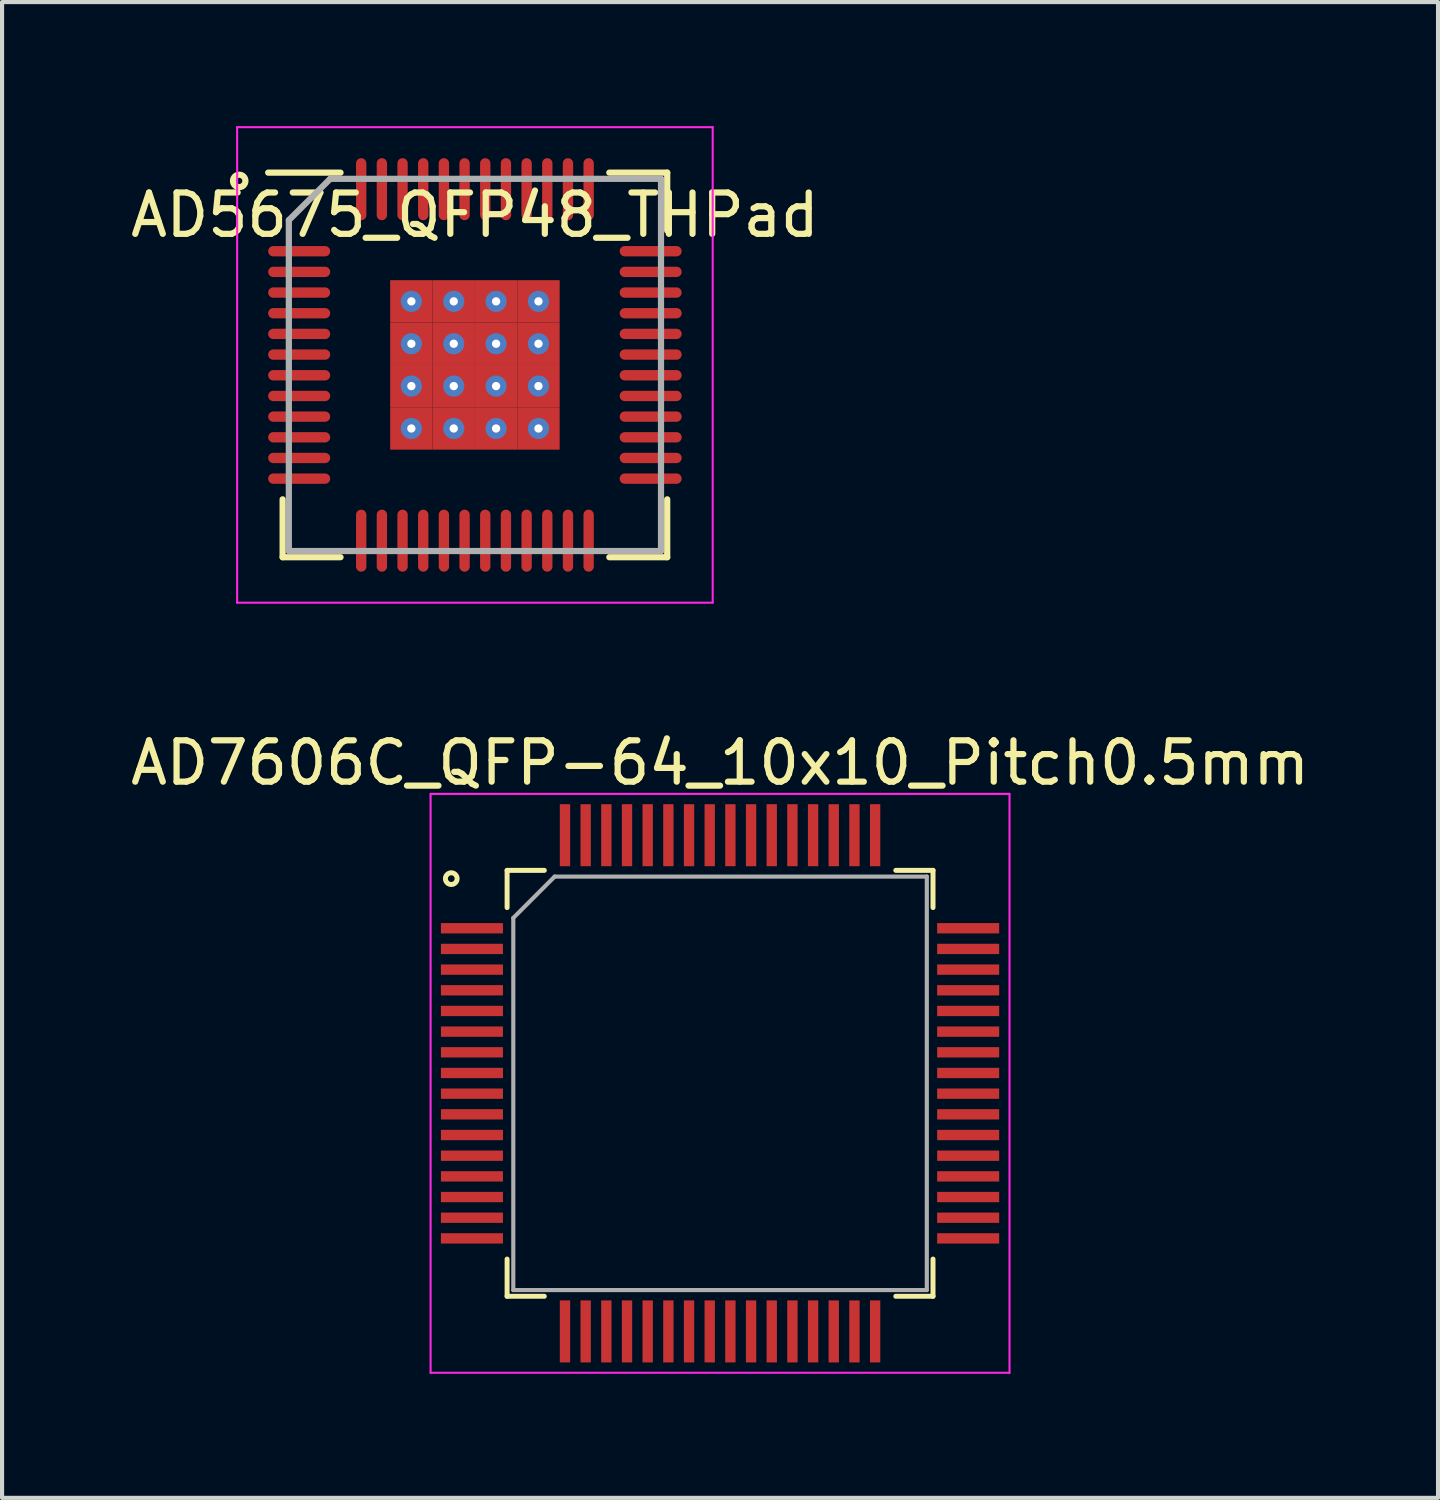
<source format=kicad_pcb>
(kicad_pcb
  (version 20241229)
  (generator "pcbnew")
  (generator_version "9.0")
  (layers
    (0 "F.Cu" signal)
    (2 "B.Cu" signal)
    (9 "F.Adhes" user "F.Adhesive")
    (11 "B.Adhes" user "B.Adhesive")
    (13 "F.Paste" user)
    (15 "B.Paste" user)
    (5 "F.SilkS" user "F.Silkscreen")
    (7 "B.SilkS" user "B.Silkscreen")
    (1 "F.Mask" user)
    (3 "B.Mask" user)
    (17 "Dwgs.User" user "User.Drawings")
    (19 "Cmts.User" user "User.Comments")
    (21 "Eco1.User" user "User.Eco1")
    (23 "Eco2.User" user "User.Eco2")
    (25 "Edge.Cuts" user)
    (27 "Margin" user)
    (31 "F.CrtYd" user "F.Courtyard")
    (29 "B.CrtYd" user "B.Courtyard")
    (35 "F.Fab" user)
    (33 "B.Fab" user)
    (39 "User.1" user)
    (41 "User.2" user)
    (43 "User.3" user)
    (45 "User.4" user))
  (footprint "AD7606C_QFP-64_10x10_Pitch0.5mm"
    (layer "F.Cu")
    (at 14.363 23.148)
    (property "Reference" "AD7606C_QFP-64_10x10_Pitch0.5mm" (at 0 -7.75 0) (layer "F.SilkS") (effects (font (size 1 1) (thickness 0.15))))
    (attr smd)
    (fp_line (start -5.15 -5.15) (end -5.15 -4.25) (stroke (width 0.12) (type default)) (layer "F.SilkS"))
    (fp_line (start -5.15 5.15) (end -5.15 4.25) (stroke (width 0.12) (type default)) (layer "F.SilkS"))
    (fp_line (start -4.25 -5.15) (end -5.15 -5.15) (stroke (width 0.12) (type default)) (layer "F.SilkS"))
    (fp_line (start -4.25 5.15) (end -5.15 5.15) (stroke (width 0.12) (type default)) (layer "F.SilkS"))
    (fp_line (start 4.25 -5.15) (end 5.15 -5.15) (stroke (width 0.12) (type default)) (layer "F.SilkS"))
    (fp_line (start 4.25 5.15) (end 5.15 5.15) (stroke (width 0.12) (type default)) (layer "F.SilkS"))
    (fp_line (start 5.15 -5.15) (end 5.15 -4.25) (stroke (width 0.12) (type default)) (layer "F.SilkS"))
    (fp_line (start 5.15 5.15) (end 5.15 4.25) (stroke (width 0.12) (type default)) (layer "F.SilkS"))
    (fp_circle (center -6.5 -4.95) (end -6.4 -4.85) (stroke (width 0.12) (type default)) (fill no) (layer "F.SilkS"))
    (fp_line (start -7 -7) (end 7 -7) (stroke (width 0.05) (type default)) (layer "F.CrtYd"))
    (fp_line (start -7 7) (end -7 -7) (stroke (width 0.05) (type default)) (layer "F.CrtYd"))
    (fp_line (start 7 -7) (end 7 7) (stroke (width 0.05) (type default)) (layer "F.CrtYd"))
    (fp_line (start 7 7) (end -7 7) (stroke (width 0.05) (type default)) (layer "F.CrtYd"))
    (fp_line (start -5 -4) (end -5 5) (stroke (width 0.1) (type default)) (layer "F.Fab"))
    (fp_line (start -5 5) (end 5 5) (stroke (width 0.1) (type default)) (layer "F.Fab"))
    (fp_line (start -4 -5) (end -5 -4) (stroke (width 0.1) (type default)) (layer "F.Fab"))
    (fp_line (start 5 -5) (end -4 -5) (stroke (width 0.1) (type default)) (layer "F.Fab"))
    (fp_line (start 5 5) (end 5 -5) (stroke (width 0.1) (type default)) (layer "F.Fab"))
    (pad "1" smd rect (at -6 -3.75 90) (size 0.25 1.5) (layers "F.Cu" "F.Mask" "F.Paste"))
    (pad "2" smd rect (at -6 -3.25 90) (size 0.25 1.5) (layers "F.Cu" "F.Mask" "F.Paste"))
    (pad "3" smd rect (at -6 -2.75 90) (size 0.25 1.5) (layers "F.Cu" "F.Mask" "F.Paste"))
    (pad "4" smd rect (at -6 -2.25 90) (size 0.25 1.5) (layers "F.Cu" "F.Mask" "F.Paste"))
    (pad "5" smd rect (at -6 -1.75 90) (size 0.25 1.5) (layers "F.Cu" "F.Mask" "F.Paste"))
    (pad "6" smd rect (at -6 -1.25 90) (size 0.25 1.5) (layers "F.Cu" "F.Mask" "F.Paste"))
    (pad "7" smd rect (at -6 -0.75 90) (size 0.25 1.5) (layers "F.Cu" "F.Mask" "F.Paste"))
    (pad "8" smd rect (at -6 -0.25 90) (size 0.25 1.5) (layers "F.Cu" "F.Mask" "F.Paste"))
    (pad "9" smd rect (at -6 0.25 90) (size 0.25 1.5) (layers "F.Cu" "F.Mask" "F.Paste"))
    (pad "10" smd rect (at -6 0.75 90) (size 0.25 1.5) (layers "F.Cu" "F.Mask" "F.Paste"))
    (pad "11" smd rect (at -6 1.25 90) (size 0.25 1.5) (layers "F.Cu" "F.Mask" "F.Paste"))
    (pad "12" smd rect (at -6 1.75 90) (size 0.25 1.5) (layers "F.Cu" "F.Mask" "F.Paste"))
    (pad "13" smd rect (at -6 2.25 90) (size 0.25 1.5) (layers "F.Cu" "F.Mask" "F.Paste"))
    (pad "14" smd rect (at -6 2.75 90) (size 0.25 1.5) (layers "F.Cu" "F.Mask" "F.Paste"))
    (pad "15" smd rect (at -6 3.25 90) (size 0.25 1.5) (layers "F.Cu" "F.Mask" "F.Paste"))
    (pad "16" smd rect (at -6 3.75 90) (size 0.25 1.5) (layers "F.Cu" "F.Mask" "F.Paste"))
    (pad "17" smd rect (at -3.75 6) (size 0.25 1.5) (layers "F.Cu" "F.Mask" "F.Paste"))
    (pad "18" smd rect (at -3.25 6) (size 0.25 1.5) (layers "F.Cu" "F.Mask" "F.Paste"))
    (pad "19" smd rect (at -2.75 6) (size 0.25 1.5) (layers "F.Cu" "F.Mask" "F.Paste"))
    (pad "20" smd rect (at -2.25 6) (size 0.25 1.5) (layers "F.Cu" "F.Mask" "F.Paste"))
    (pad "21" smd rect (at -1.75 6) (size 0.25 1.5) (layers "F.Cu" "F.Mask" "F.Paste"))
    (pad "22" smd rect (at -1.25 6) (size 0.25 1.5) (layers "F.Cu" "F.Mask" "F.Paste"))
    (pad "23" smd rect (at -0.75 6) (size 0.25 1.5) (layers "F.Cu" "F.Mask" "F.Paste"))
    (pad "24" smd rect (at -0.25 6) (size 0.25 1.5) (layers "F.Cu" "F.Mask" "F.Paste"))
    (pad "25" smd rect (at 0.25 6) (size 0.25 1.5) (layers "F.Cu" "F.Mask" "F.Paste"))
    (pad "26" smd rect (at 0.75 6) (size 0.25 1.5) (layers "F.Cu" "F.Mask" "F.Paste"))
    (pad "27" smd rect (at 1.25 6) (size 0.25 1.5) (layers "F.Cu" "F.Mask" "F.Paste"))
    (pad "28" smd rect (at 1.75 6) (size 0.25 1.5) (layers "F.Cu" "F.Mask" "F.Paste"))
    (pad "29" smd rect (at 2.25 6) (size 0.25 1.5) (layers "F.Cu" "F.Mask" "F.Paste"))
    (pad "30" smd rect (at 2.75 6) (size 0.25 1.5) (layers "F.Cu" "F.Mask" "F.Paste"))
    (pad "31" smd rect (at 3.25 6) (size 0.25 1.5) (layers "F.Cu" "F.Mask" "F.Paste"))
    (pad "32" smd rect (at 3.75 6) (size 0.25 1.5) (layers "F.Cu" "F.Mask" "F.Paste"))
    (pad "33" smd rect (at 6 3.75 90) (size 0.25 1.5) (layers "F.Cu" "F.Mask" "F.Paste"))
    (pad "34" smd rect (at 6 3.25 90) (size 0.25 1.5) (layers "F.Cu" "F.Mask" "F.Paste"))
    (pad "35" smd rect (at 6 2.75 90) (size 0.25 1.5) (layers "F.Cu" "F.Mask" "F.Paste"))
    (pad "36" smd rect (at 6 2.25 90) (size 0.25 1.5) (layers "F.Cu" "F.Mask" "F.Paste"))
    (pad "37" smd rect (at 6 1.75 90) (size 0.25 1.5) (layers "F.Cu" "F.Mask" "F.Paste"))
    (pad "38" smd rect (at 6 1.25 90) (size 0.25 1.5) (layers "F.Cu" "F.Mask" "F.Paste"))
    (pad "39" smd rect (at 6 0.75 90) (size 0.25 1.5) (layers "F.Cu" "F.Mask" "F.Paste"))
    (pad "40" smd rect (at 6 0.25 90) (size 0.25 1.5) (layers "F.Cu" "F.Mask" "F.Paste"))
    (pad "41" smd rect (at 6 -0.25 90) (size 0.25 1.5) (layers "F.Cu" "F.Mask" "F.Paste"))
    (pad "42" smd rect (at 6 -0.75 90) (size 0.25 1.5) (layers "F.Cu" "F.Mask" "F.Paste"))
    (pad "43" smd rect (at 6 -1.25 90) (size 0.25 1.5) (layers "F.Cu" "F.Mask" "F.Paste"))
    (pad "44" smd rect (at 6 -1.75 90) (size 0.25 1.5) (layers "F.Cu" "F.Mask" "F.Paste"))
    (pad "45" smd rect (at 6 -2.25 90) (size 0.25 1.5) (layers "F.Cu" "F.Mask" "F.Paste"))
    (pad "46" smd rect (at 6 -2.75 90) (size 0.25 1.5) (layers "F.Cu" "F.Mask" "F.Paste"))
    (pad "47" smd rect (at 6 -3.25 90) (size 0.25 1.5) (layers "F.Cu" "F.Mask" "F.Paste"))
    (pad "48" smd rect (at 6 -3.75 90) (size 0.25 1.5) (layers "F.Cu" "F.Mask" "F.Paste"))
    (pad "49" smd rect (at 3.75 -6) (size 0.25 1.5) (layers "F.Cu" "F.Mask" "F.Paste"))
    (pad "50" smd rect (at 3.25 -6) (size 0.25 1.5) (layers "F.Cu" "F.Mask" "F.Paste"))
    (pad "51" smd rect (at 2.75 -6) (size 0.25 1.5) (layers "F.Cu" "F.Mask" "F.Paste"))
    (pad "52" smd rect (at 2.25 -6) (size 0.25 1.5) (layers "F.Cu" "F.Mask" "F.Paste"))
    (pad "53" smd rect (at 1.75 -6) (size 0.25 1.5) (layers "F.Cu" "F.Mask" "F.Paste"))
    (pad "54" smd rect (at 1.25 -6) (size 0.25 1.5) (layers "F.Cu" "F.Mask" "F.Paste"))
    (pad "55" smd rect (at 0.75 -6) (size 0.25 1.5) (layers "F.Cu" "F.Mask" "F.Paste"))
    (pad "56" smd rect (at 0.25 -6) (size 0.25 1.5) (layers "F.Cu" "F.Mask" "F.Paste"))
    (pad "57" smd rect (at -0.25 -6) (size 0.25 1.5) (layers "F.Cu" "F.Mask" "F.Paste"))
    (pad "58" smd rect (at -0.75 -6) (size 0.25 1.5) (layers "F.Cu" "F.Mask" "F.Paste"))
    (pad "59" smd rect (at -1.25 -6) (size 0.25 1.5) (layers "F.Cu" "F.Mask" "F.Paste"))
    (pad "60" smd rect (at -1.75 -6) (size 0.25 1.5) (layers "F.Cu" "F.Mask" "F.Paste"))
    (pad "61" smd rect (at -2.25 -6) (size 0.25 1.5) (layers "F.Cu" "F.Mask" "F.Paste"))
    (pad "62" smd rect (at -2.75 -6) (size 0.25 1.5) (layers "F.Cu" "F.Mask" "F.Paste"))
    (pad "63" smd rect (at -3.25 -6) (size 0.25 1.5) (layers "F.Cu" "F.Mask" "F.Paste"))
    (pad "64" smd rect (at -3.75 -6) (size 0.25 1.5) (layers "F.Cu" "F.Mask" "F.Paste")))
  (footprint "AD5675_QFP48_THPad"
    (layer "F.Cu")
    (at 8.435 5.775)
    (property "Reference" "AD5675_QFP48_THPad" (at 0 -3.625 0) (layer "F.SilkS") (effects (font (size 1 1) (thickness 0.15))))
    (attr smd)
    (fp_line (start -4.65 4.65) (end -4.65 3.25) (stroke (width 0.15) (type default)) (layer "F.SilkS"))
    (fp_line (start -3.25 -4.65) (end -5 -4.65) (stroke (width 0.15) (type default)) (layer "F.SilkS"))
    (fp_line (start -3.25 4.65) (end -4.65 4.65) (stroke (width 0.15) (type default)) (layer "F.SilkS"))
    (fp_line (start 3.25 -4.65) (end 4.65 -4.65) (stroke (width 0.15) (type default)) (layer "F.SilkS"))
    (fp_line (start 3.25 4.65) (end 4.65 4.65) (stroke (width 0.15) (type default)) (layer "F.SilkS"))
    (fp_line (start 4.65 -4.65) (end 4.65 -3.25) (stroke (width 0.15) (type default)) (layer "F.SilkS"))
    (fp_line (start 4.65 4.65) (end 4.65 3.25) (stroke (width 0.15) (type default)) (layer "F.SilkS"))
    (fp_circle (center -5.7 -4.45) (end -5.7 -4.3) (stroke (width 0.15) (type default)) (fill no) (layer "F.SilkS"))
    (fp_line (start -5.75 -5.75) (end 5.75 -5.75) (stroke (width 0.05) (type default)) (layer "F.CrtYd"))
    (fp_line (start -5.75 5.75) (end -5.75 -5.75) (stroke (width 0.05) (type default)) (layer "F.CrtYd"))
    (fp_line (start 5.75 -5.75) (end 5.75 5.75) (stroke (width 0.05) (type default)) (layer "F.CrtYd"))
    (fp_line (start 5.75 5.75) (end -5.75 5.75) (stroke (width 0.05) (type default)) (layer "F.CrtYd"))
    (fp_line (start -4.5 -3.5) (end -4.5 4.5) (stroke (width 0.15) (type default)) (layer "F.Fab"))
    (fp_line (start -4.5 4.5) (end 4.5 4.5) (stroke (width 0.15) (type default)) (layer "F.Fab"))
    (fp_line (start -3.5 -4.5) (end -4.5 -3.5) (stroke (width 0.15) (type default)) (layer "F.Fab"))
    (fp_line (start 4.5 -4.5) (end -3.5 -4.5) (stroke (width 0.15) (type default)) (layer "F.Fab"))
    (fp_line (start 4.5 4.5) (end 4.5 -4.5) (stroke (width 0.15) (type default)) (layer "F.Fab"))
    (pad "1" smd oval (at -4.25 -2.75 90) (size 0.25 1.5) (layers "F.Cu" "F.Mask" "F.Paste"))
    (pad "2" smd oval (at -4.25 -2.25 90) (size 0.25 1.5) (layers "F.Cu" "F.Mask" "F.Paste"))
    (pad "3" smd oval (at -4.25 -1.75 90) (size 0.25 1.5) (layers "F.Cu" "F.Mask" "F.Paste"))
    (pad "4" smd oval (at -4.25 -1.25 90) (size 0.25 1.5) (layers "F.Cu" "F.Mask" "F.Paste"))
    (pad "5" smd oval (at -4.25 -0.75 90) (size 0.25 1.5) (layers "F.Cu" "F.Mask" "F.Paste"))
    (pad "6" smd oval (at -4.25 -0.25 90) (size 0.25 1.5) (layers "F.Cu" "F.Mask" "F.Paste"))
    (pad "7" smd oval (at -4.25 0.25 90) (size 0.25 1.5) (layers "F.Cu" "F.Mask" "F.Paste"))
    (pad "8" smd oval (at -4.25 0.75 90) (size 0.25 1.5) (layers "F.Cu" "F.Mask" "F.Paste"))
    (pad "9" smd oval (at -4.25 1.25 90) (size 0.25 1.5) (layers "F.Cu" "F.Mask" "F.Paste"))
    (pad "10" smd oval (at -4.25 1.75 90) (size 0.25 1.5) (layers "F.Cu" "F.Mask" "F.Paste"))
    (pad "11" smd oval (at -4.25 2.25 90) (size 0.25 1.5) (layers "F.Cu" "F.Mask" "F.Paste"))
    (pad "12" smd oval (at -4.25 2.75 90) (size 0.25 1.5) (layers "F.Cu" "F.Mask" "F.Paste"))
    (pad "13" smd oval (at -2.75 4.25) (size 0.25 1.5) (layers "F.Cu" "F.Mask" "F.Paste"))
    (pad "14" smd oval (at -2.25 4.25) (size 0.25 1.5) (layers "F.Cu" "F.Mask" "F.Paste"))
    (pad "15" smd oval (at -1.75 4.25) (size 0.25 1.5) (layers "F.Cu" "F.Mask" "F.Paste"))
    (pad "16" smd oval (at -1.25 4.25) (size 0.25 1.5) (layers "F.Cu" "F.Mask" "F.Paste"))
    (pad "17" smd oval (at -0.75 4.25) (size 0.25 1.5) (layers "F.Cu" "F.Mask" "F.Paste"))
    (pad "18" smd oval (at -0.25 4.25) (size 0.25 1.5) (layers "F.Cu" "F.Mask" "F.Paste"))
    (pad "19" smd oval (at 0.25 4.25) (size 0.25 1.5) (layers "F.Cu" "F.Mask" "F.Paste"))
    (pad "20" smd oval (at 0.75 4.25) (size 0.25 1.5) (layers "F.Cu" "F.Mask" "F.Paste"))
    (pad "21" smd oval (at 1.25 4.25) (size 0.25 1.5) (layers "F.Cu" "F.Mask" "F.Paste"))
    (pad "22" smd oval (at 1.75 4.25) (size 0.25 1.5) (layers "F.Cu" "F.Mask" "F.Paste"))
    (pad "23" smd oval (at 2.25 4.25) (size 0.25 1.5) (layers "F.Cu" "F.Mask" "F.Paste"))
    (pad "24" smd oval (at 2.75 4.25) (size 0.25 1.5) (layers "F.Cu" "F.Mask" "F.Paste"))
    (pad "25" smd oval (at 4.25 2.75 90) (size 0.25 1.5) (layers "F.Cu" "F.Mask" "F.Paste"))
    (pad "26" smd oval (at 4.25 2.25 90) (size 0.25 1.5) (layers "F.Cu" "F.Mask" "F.Paste"))
    (pad "27" smd oval (at 4.25 1.75 90) (size 0.25 1.5) (layers "F.Cu" "F.Mask" "F.Paste"))
    (pad "28" smd oval (at 4.25 1.25 90) (size 0.25 1.5) (layers "F.Cu" "F.Mask" "F.Paste"))
    (pad "29" smd oval (at 4.25 0.75 90) (size 0.25 1.5) (layers "F.Cu" "F.Mask" "F.Paste"))
    (pad "30" smd oval (at 4.25 0.25 90) (size 0.25 1.5) (layers "F.Cu" "F.Mask" "F.Paste"))
    (pad "31" smd oval (at 4.25 -0.25 90) (size 0.25 1.5) (layers "F.Cu" "F.Mask" "F.Paste"))
    (pad "32" smd oval (at 4.25 -0.75 90) (size 0.25 1.5) (layers "F.Cu" "F.Mask" "F.Paste"))
    (pad "33" smd oval (at 4.25 -1.25 90) (size 0.25 1.5) (layers "F.Cu" "F.Mask" "F.Paste"))
    (pad "34" smd oval (at 4.25 -1.75 90) (size 0.25 1.5) (layers "F.Cu" "F.Mask" "F.Paste"))
    (pad "35" smd oval (at 4.25 -2.25 90) (size 0.25 1.5) (layers "F.Cu" "F.Mask" "F.Paste"))
    (pad "36" smd oval (at 4.25 -2.75 90) (size 0.25 1.5) (layers "F.Cu" "F.Mask" "F.Paste"))
    (pad "37" smd oval (at 2.75 -4.25) (size 0.25 1.5) (layers "F.Cu" "F.Mask" "F.Paste"))
    (pad "38" smd oval (at 2.25 -4.25) (size 0.25 1.5) (layers "F.Cu" "F.Mask" "F.Paste"))
    (pad "39" smd oval (at 1.75 -4.25) (size 0.25 1.5) (layers "F.Cu" "F.Mask" "F.Paste"))
    (pad "40" smd oval (at 1.25 -4.25) (size 0.25 1.5) (layers "F.Cu" "F.Mask" "F.Paste"))
    (pad "41" smd oval (at 0.75 -4.25) (size 0.25 1.5) (layers "F.Cu" "F.Mask" "F.Paste"))
    (pad "42" smd oval (at 0.25 -4.25) (size 0.25 1.5) (layers "F.Cu" "F.Mask" "F.Paste"))
    (pad "43" smd oval (at -0.25 -4.25) (size 0.25 1.5) (layers "F.Cu" "F.Mask" "F.Paste"))
    (pad "44" smd oval (at -0.75 -4.25) (size 0.25 1.5) (layers "F.Cu" "F.Mask" "F.Paste"))
    (pad "45" smd oval (at -1.25 -4.25) (size 0.25 1.5) (layers "F.Cu" "F.Mask" "F.Paste"))
    (pad "46" smd oval (at -1.75 -4.25) (size 0.25 1.5) (layers "F.Cu" "F.Mask" "F.Paste"))
    (pad "47" smd oval (at -2.25 -4.25) (size 0.25 1.5) (layers "F.Cu" "F.Mask" "F.Paste"))
    (pad "48" smd oval (at -2.75 -4.25) (size 0.25 1.5) (layers "F.Cu" "F.Mask" "F.Paste"))
    (pad "49" thru_hole circle (at -1.537 -1.537) (size 0.512 0.512) (drill 0.2) (layers "*.Cu" "*.Mask"))
    (pad "49" smd rect (at -1.537 -1.537) (size 1.025 1.025) (layers "F.Cu" "F.Mask" "F.Paste"))
    (pad "49" thru_hole circle (at -1.537 -0.512) (size 0.512 0.512) (drill 0.2) (layers "*.Cu" "*.Mask"))
    (pad "49" smd rect (at -1.537 -0.512) (size 1.025 1.025) (layers "F.Cu" "F.Mask" "F.Paste"))
    (pad "49" thru_hole circle (at -1.537 0.512) (size 0.512 0.512) (drill 0.2) (layers "*.Cu" "*.Mask"))
    (pad "49" smd rect (at -1.537 0.512) (size 1.025 1.025) (layers "F.Cu" "F.Mask" "F.Paste"))
    (pad "49" thru_hole circle (at -1.537 1.537) (size 0.512 0.512) (drill 0.2) (layers "*.Cu" "*.Mask"))
    (pad "49" smd rect (at -1.537 1.537) (size 1.025 1.025) (layers "F.Cu" "F.Mask" "F.Paste"))
    (pad "49" thru_hole circle (at -0.512 -1.537) (size 0.512 0.512) (drill 0.2) (layers "*.Cu" "*.Mask"))
    (pad "49" smd rect (at -0.512 -1.537) (size 1.025 1.025) (layers "F.Cu" "F.Mask" "F.Paste"))
    (pad "49" thru_hole circle (at -0.512 -0.512) (size 0.512 0.512) (drill 0.2) (layers "*.Cu" "*.Mask"))
    (pad "49" smd rect (at -0.512 -0.512) (size 1.025 1.025) (layers "F.Cu" "F.Mask" "F.Paste"))
    (pad "49" thru_hole circle (at -0.512 0.512) (size 0.512 0.512) (drill 0.2) (layers "*.Cu" "*.Mask"))
    (pad "49" smd rect (at -0.512 0.512) (size 1.025 1.025) (layers "F.Cu" "F.Mask" "F.Paste"))
    (pad "49" thru_hole circle (at -0.512 1.537) (size 0.512 0.512) (drill 0.2) (layers "*.Cu" "*.Mask"))
    (pad "49" smd rect (at -0.512 1.537) (size 1.025 1.025) (layers "F.Cu" "F.Mask" "F.Paste"))
    (pad "49" thru_hole circle (at 0.512 -1.537) (size 0.512 0.512) (drill 0.2) (layers "*.Cu" "*.Mask"))
    (pad "49" smd rect (at 0.512 -1.537) (size 1.025 1.025) (layers "F.Cu" "F.Mask" "F.Paste"))
    (pad "49" thru_hole circle (at 0.512 -0.512) (size 0.512 0.512) (drill 0.2) (layers "*.Cu" "*.Mask"))
    (pad "49" smd rect (at 0.512 -0.512) (size 1.025 1.025) (layers "F.Cu" "F.Mask" "F.Paste"))
    (pad "49" thru_hole circle (at 0.512 0.512) (size 0.512 0.512) (drill 0.2) (layers "*.Cu" "*.Mask"))
    (pad "49" smd rect (at 0.512 0.512) (size 1.025 1.025) (layers "F.Cu" "F.Mask" "F.Paste"))
    (pad "49" thru_hole circle (at 0.512 1.537) (size 0.512 0.512) (drill 0.2) (layers "*.Cu" "*.Mask"))
    (pad "49" smd rect (at 0.512 1.537) (size 1.025 1.025) (layers "F.Cu" "F.Mask" "F.Paste"))
    (pad "49" thru_hole circle (at 1.537 -1.537) (size 0.512 0.512) (drill 0.2) (layers "*.Cu" "*.Mask"))
    (pad "49" smd rect (at 1.537 -1.537) (size 1.025 1.025) (layers "F.Cu" "F.Mask" "F.Paste"))
    (pad "49" thru_hole circle (at 1.537 -0.512) (size 0.512 0.512) (drill 0.2) (layers "*.Cu" "*.Mask"))
    (pad "49" smd rect (at 1.537 -0.512) (size 1.025 1.025) (layers "F.Cu" "F.Mask" "F.Paste"))
    (pad "49" thru_hole circle (at 1.537 0.512) (size 0.512 0.512) (drill 0.2) (layers "*.Cu" "*.Mask"))
    (pad "49" smd rect (at 1.537 0.512) (size 1.025 1.025) (layers "F.Cu" "F.Mask" "F.Paste"))
    (pad "49" thru_hole circle (at 1.537 1.537) (size 0.512 0.512) (drill 0.2) (layers "*.Cu" "*.Mask"))
    (pad "49" smd rect (at 1.537 1.537) (size 1.025 1.025) (layers "F.Cu" "F.Mask" "F.Paste")))
  (gr_rect
    (start -3 -3)
    (end 31.726 33.173)
    (stroke (width 0.1) (type default))
    (fill no)
    (layer "Edge.Cuts")))
</source>
